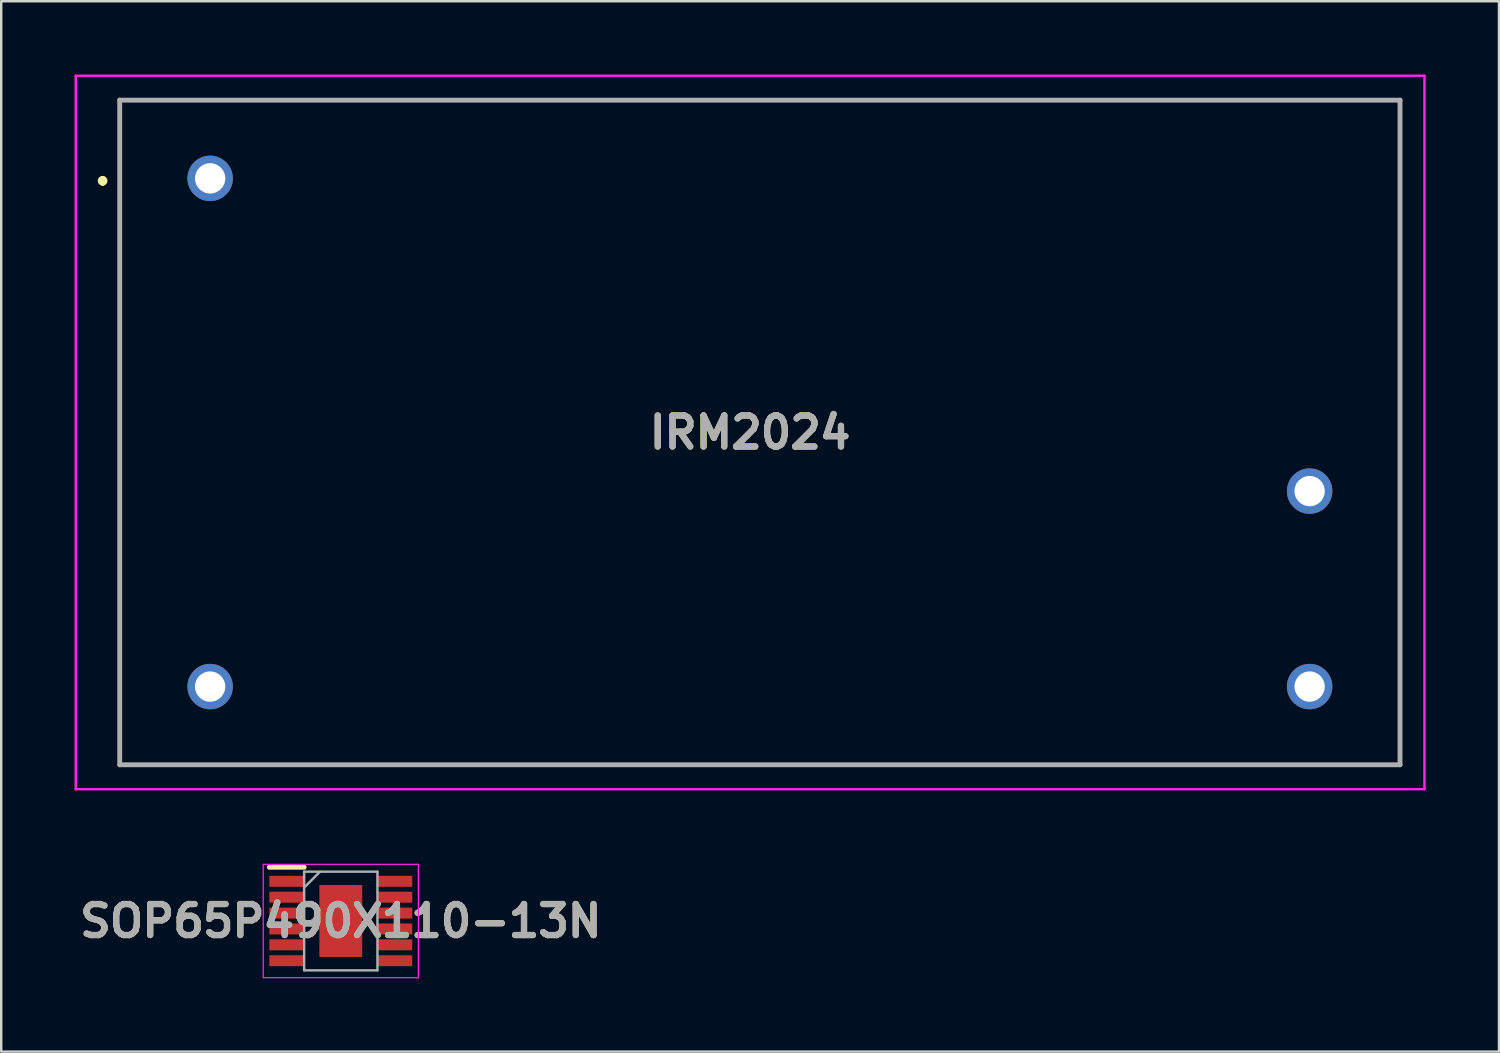
<source format=kicad_pcb>
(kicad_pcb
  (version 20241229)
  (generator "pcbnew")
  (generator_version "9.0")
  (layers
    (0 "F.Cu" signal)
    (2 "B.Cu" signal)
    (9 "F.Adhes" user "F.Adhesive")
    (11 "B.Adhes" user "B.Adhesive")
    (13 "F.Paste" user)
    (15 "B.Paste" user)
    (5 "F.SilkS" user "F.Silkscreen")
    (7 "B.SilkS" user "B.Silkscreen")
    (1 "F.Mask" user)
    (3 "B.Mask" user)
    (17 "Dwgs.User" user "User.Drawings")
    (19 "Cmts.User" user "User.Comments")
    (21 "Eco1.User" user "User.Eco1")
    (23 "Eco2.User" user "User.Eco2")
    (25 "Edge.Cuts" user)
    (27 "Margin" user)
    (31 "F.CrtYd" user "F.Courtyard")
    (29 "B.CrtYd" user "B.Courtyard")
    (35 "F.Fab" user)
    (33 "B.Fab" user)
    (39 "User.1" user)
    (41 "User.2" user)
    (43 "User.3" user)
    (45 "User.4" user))
  (footprint "IRM2024"
    (layer "F.Cu")
    (at 27.65 14.65)
    (property "Reference" "IRM2024" (at 0 0 0) (layer "F.SilkS") (effects (font (size 1.27 1.27) (thickness 0.254))))
    (attr through_hole)
    (fp_line (start -26.5 -10.4) (end -26.5 -10.4) (stroke (width 0.2) (type solid)) (layer "F.SilkS"))
    (fp_line (start -26.5 -10.2) (end -26.5 -10.2) (stroke (width 0.2) (type solid)) (layer "F.SilkS"))
    (fp_line (start -25.8 -13.6) (end -25.8 13.6) (stroke (width 0.1) (type solid)) (layer "F.SilkS"))
    (fp_line (start -25.8 13.6) (end 26.6 13.6) (stroke (width 0.1) (type solid)) (layer "F.SilkS"))
    (fp_line (start 26.6 -13.6) (end -25.8 -13.6) (stroke (width 0.1) (type solid)) (layer "F.SilkS"))
    (fp_line (start 26.6 13.6) (end 26.6 -13.6) (stroke (width 0.1) (type solid)) (layer "F.SilkS"))
    (fp_arc (start -26.5 -10.4) (mid -26.4 -10.3) (end -26.5 -10.2) (stroke (width 0.2) (type solid)) (layer "F.SilkS"))
    (fp_arc (start -26.5 -10.2) (mid -26.6 -10.3) (end -26.5 -10.4) (stroke (width 0.2) (type solid)) (layer "F.SilkS"))
    (fp_line (start -27.6 -14.6) (end -27.6 14.6) (stroke (width 0.1) (type solid)) (layer "F.CrtYd"))
    (fp_line (start -27.6 14.6) (end 27.6 14.6) (stroke (width 0.1) (type solid)) (layer "F.CrtYd"))
    (fp_line (start 27.6 -14.6) (end -27.6 -14.6) (stroke (width 0.1) (type solid)) (layer "F.CrtYd"))
    (fp_line (start 27.6 14.6) (end 27.6 -14.6) (stroke (width 0.1) (type solid)) (layer "F.CrtYd"))
    (fp_line (start -25.8 -13.6) (end -25.8 13.6) (stroke (width 0.2) (type solid)) (layer "F.Fab"))
    (fp_line (start -25.8 13.6) (end 26.6 13.6) (stroke (width 0.2) (type solid)) (layer "F.Fab"))
    (fp_line (start 26.6 -13.6) (end -25.8 -13.6) (stroke (width 0.2) (type solid)) (layer "F.Fab"))
    (fp_line (start 26.6 13.6) (end 26.6 -13.6) (stroke (width 0.2) (type solid)) (layer "F.Fab"))
    (fp_text user "${REFERENCE}" (at 0 0 0) (layer "F.Fab") (effects (font (size 1.27 1.27) (thickness 0.254))))
    (pad "1" thru_hole circle (at -22.1 -10.4) (size 1.86 1.86) (drill 1.24) (layers "*.Cu" "*.Mask"))
    (pad "2" thru_hole circle (at -22.1 10.4) (size 1.86 1.86) (drill 1.24) (layers "*.Cu" "*.Mask"))
    (pad "3" thru_hole circle (at 22.9 10.4) (size 1.86 1.86) (drill 1.24) (layers "*.Cu" "*.Mask"))
    (pad "4" thru_hole circle (at 22.9 2.4) (size 1.86 1.86) (drill 1.24) (layers "*.Cu" "*.Mask")))
  (footprint "SOP65P490X110-13N"
    (layer "F.Cu")
    (at 10.898 34.645)
    (property "Reference" "SOP65P490X110-13N" (at 0 0 0) (layer "F.SilkS") (effects (font (size 1.27 1.27) (thickness 0.254))))
    (attr smd)
    (fp_line (start -2.925 -2.2) (end -1.5 -2.2) (stroke (width 0.2) (type solid)) (layer "F.SilkS"))
    (fp_line (start -3.175 -2.32) (end 3.175 -2.32) (stroke (width 0.05) (type solid)) (layer "F.CrtYd"))
    (fp_line (start -3.175 2.32) (end -3.175 -2.32) (stroke (width 0.05) (type solid)) (layer "F.CrtYd"))
    (fp_line (start 3.175 -2.32) (end 3.175 2.32) (stroke (width 0.05) (type solid)) (layer "F.CrtYd"))
    (fp_line (start 3.175 2.32) (end -3.175 2.32) (stroke (width 0.05) (type solid)) (layer "F.CrtYd"))
    (fp_line (start -1.5 -2.02) (end 1.5 -2.02) (stroke (width 0.1) (type solid)) (layer "F.Fab"))
    (fp_line (start -1.5 -1.37) (end -0.85 -2.02) (stroke (width 0.1) (type solid)) (layer "F.Fab"))
    (fp_line (start -1.5 2.02) (end -1.5 -2.02) (stroke (width 0.1) (type solid)) (layer "F.Fab"))
    (fp_line (start 1.5 -2.02) (end 1.5 2.02) (stroke (width 0.1) (type solid)) (layer "F.Fab"))
    (fp_line (start 1.5 2.02) (end -1.5 2.02) (stroke (width 0.1) (type solid)) (layer "F.Fab"))
    (fp_text user "${REFERENCE}" (at 0 0 0) (layer "F.Fab") (effects (font (size 1.27 1.27) (thickness 0.254))))
    (pad "1" smd rect (at -2.212 -1.625 90) (size 0.45 1.425) (layers "F.Cu" "F.Mask" "F.Paste"))
    (pad "2" smd rect (at -2.212 -0.975 90) (size 0.45 1.425) (layers "F.Cu" "F.Mask" "F.Paste"))
    (pad "3" smd rect (at -2.212 -0.325 90) (size 0.45 1.425) (layers "F.Cu" "F.Mask" "F.Paste"))
    (pad "4" smd rect (at -2.212 0.325 90) (size 0.45 1.425) (layers "F.Cu" "F.Mask" "F.Paste"))
    (pad "5" smd rect (at -2.212 0.975 90) (size 0.45 1.425) (layers "F.Cu" "F.Mask" "F.Paste"))
    (pad "6" smd rect (at -2.212 1.625 90) (size 0.45 1.425) (layers "F.Cu" "F.Mask" "F.Paste"))
    (pad "7" smd rect (at 2.212 1.625 90) (size 0.45 1.425) (layers "F.Cu" "F.Mask" "F.Paste"))
    (pad "8" smd rect (at 2.212 0.975 90) (size 0.45 1.425) (layers "F.Cu" "F.Mask" "F.Paste"))
    (pad "9" smd rect (at 2.212 0.325 90) (size 0.45 1.425) (layers "F.Cu" "F.Mask" "F.Paste"))
    (pad "10" smd rect (at 2.212 -0.325 90) (size 0.45 1.425) (layers "F.Cu" "F.Mask" "F.Paste"))
    (pad "11" smd rect (at 2.212 -0.975 90) (size 0.45 1.425) (layers "F.Cu" "F.Mask" "F.Paste"))
    (pad "12" smd rect (at 2.212 -1.625 90) (size 0.45 1.425) (layers "F.Cu" "F.Mask" "F.Paste"))
    (pad "13" smd rect (at 0 0) (size 1.753 2.947) (layers "F.Cu" "F.Mask" "F.Paste")))
  (gr_rect
    (start -3 -3)
    (end 58.3 39.99)
    (stroke (width 0.1) (type default))
    (fill no)
    (layer "Edge.Cuts")))
</source>
